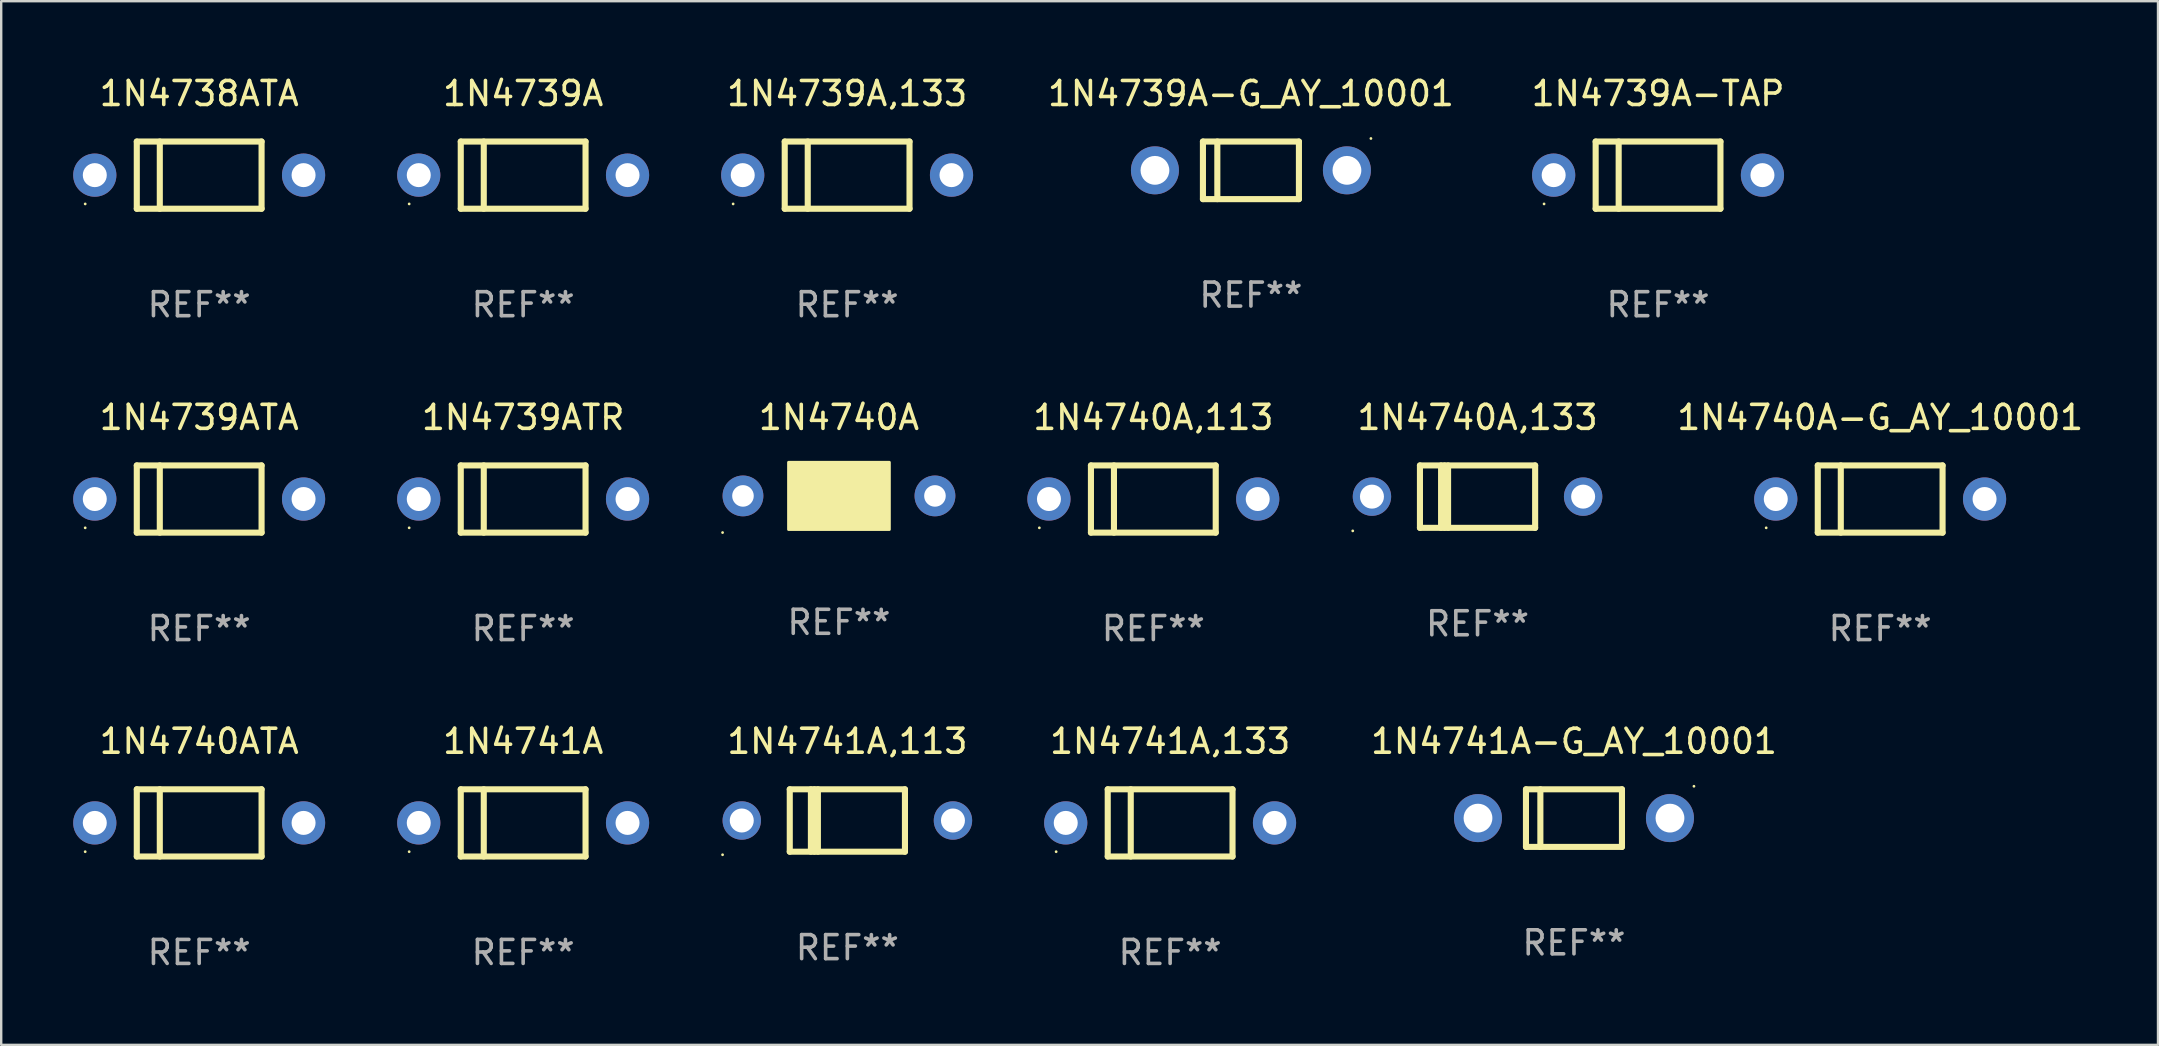
<source format=kicad_pcb>
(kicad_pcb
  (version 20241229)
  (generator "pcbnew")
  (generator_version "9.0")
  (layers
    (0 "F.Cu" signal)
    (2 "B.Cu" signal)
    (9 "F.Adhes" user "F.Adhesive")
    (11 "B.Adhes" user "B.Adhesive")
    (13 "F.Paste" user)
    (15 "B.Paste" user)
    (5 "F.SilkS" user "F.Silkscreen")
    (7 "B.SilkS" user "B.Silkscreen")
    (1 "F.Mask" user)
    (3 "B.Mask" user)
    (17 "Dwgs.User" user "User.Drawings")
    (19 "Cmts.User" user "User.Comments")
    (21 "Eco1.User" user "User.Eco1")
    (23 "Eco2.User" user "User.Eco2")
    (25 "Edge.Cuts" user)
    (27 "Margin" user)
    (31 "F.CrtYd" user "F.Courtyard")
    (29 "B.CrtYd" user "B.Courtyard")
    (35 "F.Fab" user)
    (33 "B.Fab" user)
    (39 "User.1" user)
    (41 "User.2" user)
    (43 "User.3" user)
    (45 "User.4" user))
  (footprint "1N4741A"
    (layer "F.Cu")
    (at 18.75 31.241)
    (property "Reference" "1N4741A" (at 0 -3.4 0) (layer "F.SilkS") (effects (font (size 1 1) (thickness 0.15))))
    (attr through_hole)
    (fp_line (start -2.6 -1.4) (end -2.6 1.4) (stroke (width 0.254) (type solid)) (layer "F.SilkS"))
    (fp_line (start -2.6 -1.4) (end 2.6 -1.4) (stroke (width 0.254) (type solid)) (layer "F.SilkS"))
    (fp_line (start -2.6 1.4) (end 2.6 1.4) (stroke (width 0.254) (type solid)) (layer "F.SilkS"))
    (fp_line (start -1.641 -1.4) (end -1.641 1.4) (stroke (width 0.254) (type solid)) (layer "F.SilkS"))
    (fp_line (start 2.6 -1.4) (end 2.6 1.4) (stroke (width 0.254) (type solid)) (layer "F.SilkS"))
    (fp_circle (center -4.75 1.2) (end -4.72 1.2) (stroke (width 0.06) (type solid)) (fill no) (layer "F.SilkS"))
    (fp_text user "REF**" (at 0 5.4 0) (layer "F.Fab") (effects (font (size 1 1) (thickness 0.15))))
    (pad "1" thru_hole circle (at -4.35 0) (size 1.8 1.8) (drill 1) (layers "*.Cu" "*.Mask"))
    (pad "2" thru_hole circle (at 4.35 0) (size 1.8 1.8) (drill 1) (layers "*.Cu" "*.Mask")))
  (footprint "1N4739A,133"
    (layer "F.Cu")
    (at 32.25 4.248)
    (property "Reference" "1N4739A,133" (at 0 -3.4 0) (layer "F.SilkS") (effects (font (size 1 1) (thickness 0.15))))
    (attr through_hole)
    (fp_line (start -2.6 -1.4) (end -2.6 1.4) (stroke (width 0.254) (type solid)) (layer "F.SilkS"))
    (fp_line (start -2.6 -1.4) (end 2.6 -1.4) (stroke (width 0.254) (type solid)) (layer "F.SilkS"))
    (fp_line (start -2.6 1.4) (end 2.6 1.4) (stroke (width 0.254) (type solid)) (layer "F.SilkS"))
    (fp_line (start -1.641 -1.4) (end -1.641 1.4) (stroke (width 0.254) (type solid)) (layer "F.SilkS"))
    (fp_line (start 2.6 -1.4) (end 2.6 1.4) (stroke (width 0.254) (type solid)) (layer "F.SilkS"))
    (fp_circle (center -4.75 1.2) (end -4.72 1.2) (stroke (width 0.06) (type solid)) (fill no) (layer "F.SilkS"))
    (fp_text user "REF**" (at 0 5.4 0) (layer "F.Fab") (effects (font (size 1 1) (thickness 0.15))))
    (pad "1" thru_hole circle (at -4.35 0) (size 1.8 1.8) (drill 1) (layers "*.Cu" "*.Mask"))
    (pad "2" thru_hole circle (at 4.35 0) (size 1.8 1.8) (drill 1) (layers "*.Cu" "*.Mask")))
  (footprint "1N4740A"
    (layer "F.Cu")
    (at 31.91 17.615)
    (property "Reference" "1N4740A" (at 0 -3.27 0) (layer "F.SilkS") (effects (font (size 1 1) (thickness 0.15))))
    (attr through_hole)
    (fp_line (start 1.27 -1.27) (end 1.27 1.27) (stroke (width 0.229) (type solid)) (layer "F.SilkS"))
    (fp_circle (center -4.85 1.527) (end -4.82 1.527) (stroke (width 0.06) (type solid)) (fill no) (layer "F.SilkS"))
    (fp_poly (pts (xy -2.1 -1.4) (xy 2.1 -1.4) (xy 2.1 1.4) (xy -2.1 1.4)) (stroke (width 0.12) (type solid)) (fill yes) (layer "F.SilkS"))
    (fp_text user "REF**" (at 0 5.27 0) (layer "F.Fab") (effects (font (size 1 1) (thickness 0.15))))
    (pad "1" thru_hole circle (at -4 0) (size 1.7 1.7) (drill 0.9) (layers "*.Cu" "*.Mask"))
    (pad "2" thru_hole circle (at 4 0) (size 1.7 1.7) (drill 0.9) (layers "*.Cu" "*.Mask")))
  (footprint "1N4740A,133"
    (layer "F.Cu")
    (at 58.52 17.645)
    (property "Reference" "1N4740A,133" (at 0 -3.3 0) (layer "F.SilkS") (effects (font (size 1 1) (thickness 0.15))))
    (attr through_hole)
    (fp_line (start -2.4 -1.3) (end -2.4 1.3) (stroke (width 0.254) (type solid)) (layer "F.SilkS"))
    (fp_line (start -2.4 -1.3) (end 2.4 -1.3) (stroke (width 0.254) (type solid)) (layer "F.SilkS"))
    (fp_line (start -2.4 1.3) (end 2.4 1.3) (stroke (width 0.254) (type solid)) (layer "F.SilkS"))
    (fp_line (start -1.519 -1.3) (end -1.519 1.3) (stroke (width 0.254) (type solid)) (layer "F.SilkS"))
    (fp_line (start -1.374 -1.3) (end -1.374 1.3) (stroke (width 0.254) (type solid)) (layer "F.SilkS"))
    (fp_line (start -1.228 -1.3) (end -1.228 1.3) (stroke (width 0.254) (type solid)) (layer "F.SilkS"))
    (fp_line (start 2.4 -1.3) (end 2.4 1.3) (stroke (width 0.254) (type solid)) (layer "F.SilkS"))
    (fp_circle (center -5.2 1.427) (end -5.17 1.427) (stroke (width 0.06) (type solid)) (fill no) (layer "F.SilkS"))
    (fp_text user "REF**" (at 0 5.3 0) (layer "F.Fab") (effects (font (size 1 1) (thickness 0.15))))
    (pad "1" thru_hole circle (at -4.4 0.000013) (size 1.6 1.6) (drill 1) (layers "*.Cu" "*.Mask"))
    (pad "2" thru_hole circle (at 4.4 0.000013) (size 1.6 1.6) (drill 1) (layers "*.Cu" "*.Mask")))
  (footprint "1N4739ATR"
    (layer "F.Cu")
    (at 18.75 17.745)
    (property "Reference" "1N4739ATR" (at 0 -3.4 0) (layer "F.SilkS") (effects (font (size 1 1) (thickness 0.15))))
    (attr through_hole)
    (fp_line (start -2.6 -1.4) (end -2.6 1.4) (stroke (width 0.254) (type solid)) (layer "F.SilkS"))
    (fp_line (start -2.6 -1.4) (end 2.6 -1.4) (stroke (width 0.254) (type solid)) (layer "F.SilkS"))
    (fp_line (start -2.6 1.4) (end 2.6 1.4) (stroke (width 0.254) (type solid)) (layer "F.SilkS"))
    (fp_line (start -1.641 -1.4) (end -1.641 1.4) (stroke (width 0.254) (type solid)) (layer "F.SilkS"))
    (fp_line (start 2.6 -1.4) (end 2.6 1.4) (stroke (width 0.254) (type solid)) (layer "F.SilkS"))
    (fp_circle (center -4.75 1.2) (end -4.72 1.2) (stroke (width 0.06) (type solid)) (fill no) (layer "F.SilkS"))
    (fp_text user "REF**" (at 0 5.4 0) (layer "F.Fab") (effects (font (size 1 1) (thickness 0.15))))
    (pad "1" thru_hole circle (at -4.35 0) (size 1.8 1.8) (drill 1) (layers "*.Cu" "*.Mask"))
    (pad "2" thru_hole circle (at 4.35 0) (size 1.8 1.8) (drill 1) (layers "*.Cu" "*.Mask")))
  (footprint "1N4738ATA"
    (layer "F.Cu")
    (at 5.25 4.248)
    (property "Reference" "1N4738ATA" (at 0 -3.4 0) (layer "F.SilkS") (effects (font (size 1 1) (thickness 0.15))))
    (attr through_hole)
    (fp_line (start -2.6 -1.4) (end -2.6 1.4) (stroke (width 0.254) (type solid)) (layer "F.SilkS"))
    (fp_line (start -2.6 -1.4) (end 2.6 -1.4) (stroke (width 0.254) (type solid)) (layer "F.SilkS"))
    (fp_line (start -2.6 1.4) (end 2.6 1.4) (stroke (width 0.254) (type solid)) (layer "F.SilkS"))
    (fp_line (start -1.641 -1.4) (end -1.641 1.4) (stroke (width 0.254) (type solid)) (layer "F.SilkS"))
    (fp_line (start 2.6 -1.4) (end 2.6 1.4) (stroke (width 0.254) (type solid)) (layer "F.SilkS"))
    (fp_circle (center -4.75 1.2) (end -4.72 1.2) (stroke (width 0.06) (type solid)) (fill no) (layer "F.SilkS"))
    (fp_text user "REF**" (at 0 5.4 0) (layer "F.Fab") (effects (font (size 1 1) (thickness 0.15))))
    (pad "1" thru_hole circle (at -4.35 0) (size 1.8 1.8) (drill 1) (layers "*.Cu" "*.Mask"))
    (pad "2" thru_hole circle (at 4.35 0) (size 1.8 1.8) (drill 1) (layers "*.Cu" "*.Mask")))
  (footprint "1N4739A-G_AY_10001"
    (layer "F.Cu")
    (at 49.077 4.048)
    (property "Reference" "1N4739A-G_AY_10001" (at 0 -3.2 0) (layer "F.SilkS") (effects (font (size 1 1) (thickness 0.15))))
    (attr through_hole)
    (fp_line (start -2 -1.2) (end 2 -1.2) (stroke (width 0.254) (type solid)) (layer "F.SilkS"))
    (fp_line (start -2 1.2) (end -2 -1.2) (stroke (width 0.254) (type solid)) (layer "F.SilkS"))
    (fp_line (start -1.4 -1.2) (end -1.4 1.2) (stroke (width 0.254) (type solid)) (layer "F.SilkS"))
    (fp_line (start 2 -1.2) (end 2 1.2) (stroke (width 0.254) (type solid)) (layer "F.SilkS"))
    (fp_line (start 2 1.2) (end -2 1.2) (stroke (width 0.254) (type solid)) (layer "F.SilkS"))
    (fp_circle (center 5 -1.327) (end 5.03 -1.327) (stroke (width 0.06) (type solid)) (fill no) (layer "F.SilkS"))
    (fp_text user "REF**" (at 0 5.2 0) (layer "F.Fab") (effects (font (size 1 1) (thickness 0.15))))
    (pad "1" thru_hole circle (at -4 0) (size 2 2) (drill 1.2) (layers "*.Cu" "*.Mask"))
    (pad "2" thru_hole circle (at 4 0) (size 2 2) (drill 1.2) (layers "*.Cu" "*.Mask")))
  (footprint "1N4741A,133"
    (layer "F.Cu")
    (at 45.71 31.241)
    (property "Reference" "1N4741A,133" (at 0 -3.4 0) (layer "F.SilkS") (effects (font (size 1 1) (thickness 0.15))))
    (attr through_hole)
    (fp_line (start -2.6 -1.4) (end -2.6 1.4) (stroke (width 0.254) (type solid)) (layer "F.SilkS"))
    (fp_line (start -2.6 -1.4) (end 2.6 -1.4) (stroke (width 0.254) (type solid)) (layer "F.SilkS"))
    (fp_line (start -2.6 1.4) (end 2.6 1.4) (stroke (width 0.254) (type solid)) (layer "F.SilkS"))
    (fp_line (start -1.641 -1.4) (end -1.641 1.4) (stroke (width 0.254) (type solid)) (layer "F.SilkS"))
    (fp_line (start 2.6 -1.4) (end 2.6 1.4) (stroke (width 0.254) (type solid)) (layer "F.SilkS"))
    (fp_circle (center -4.75 1.2) (end -4.72 1.2) (stroke (width 0.06) (type solid)) (fill no) (layer "F.SilkS"))
    (fp_text user "REF**" (at 0 5.4 0) (layer "F.Fab") (effects (font (size 1 1) (thickness 0.15))))
    (pad "1" thru_hole circle (at -4.35 0) (size 1.8 1.8) (drill 1) (layers "*.Cu" "*.Mask"))
    (pad "2" thru_hole circle (at 4.35 0) (size 1.8 1.8) (drill 1) (layers "*.Cu" "*.Mask")))
  (footprint "1N4739A"
    (layer "F.Cu")
    (at 18.75 4.248)
    (property "Reference" "1N4739A" (at 0 -3.4 0) (layer "F.SilkS") (effects (font (size 1 1) (thickness 0.15))))
    (attr through_hole)
    (fp_line (start -2.6 -1.4) (end -2.6 1.4) (stroke (width 0.254) (type solid)) (layer "F.SilkS"))
    (fp_line (start -2.6 -1.4) (end 2.6 -1.4) (stroke (width 0.254) (type solid)) (layer "F.SilkS"))
    (fp_line (start -2.6 1.4) (end 2.6 1.4) (stroke (width 0.254) (type solid)) (layer "F.SilkS"))
    (fp_line (start -1.641 -1.4) (end -1.641 1.4) (stroke (width 0.254) (type solid)) (layer "F.SilkS"))
    (fp_line (start 2.6 -1.4) (end 2.6 1.4) (stroke (width 0.254) (type solid)) (layer "F.SilkS"))
    (fp_circle (center -4.75 1.2) (end -4.72 1.2) (stroke (width 0.06) (type solid)) (fill no) (layer "F.SilkS"))
    (fp_text user "REF**" (at 0 5.4 0) (layer "F.Fab") (effects (font (size 1 1) (thickness 0.15))))
    (pad "1" thru_hole circle (at -4.35 0) (size 1.8 1.8) (drill 1) (layers "*.Cu" "*.Mask"))
    (pad "2" thru_hole circle (at 4.35 0) (size 1.8 1.8) (drill 1) (layers "*.Cu" "*.Mask")))
  (footprint "1N4740A,113"
    (layer "F.Cu")
    (at 45.01 17.745)
    (property "Reference" "1N4740A,113" (at 0 -3.4 0) (layer "F.SilkS") (effects (font (size 1 1) (thickness 0.15))))
    (attr through_hole)
    (fp_line (start -2.6 -1.4) (end -2.6 1.4) (stroke (width 0.254) (type solid)) (layer "F.SilkS"))
    (fp_line (start -2.6 -1.4) (end 2.6 -1.4) (stroke (width 0.254) (type solid)) (layer "F.SilkS"))
    (fp_line (start -2.6 1.4) (end 2.6 1.4) (stroke (width 0.254) (type solid)) (layer "F.SilkS"))
    (fp_line (start -1.641 -1.4) (end -1.641 1.4) (stroke (width 0.254) (type solid)) (layer "F.SilkS"))
    (fp_line (start 2.6 -1.4) (end 2.6 1.4) (stroke (width 0.254) (type solid)) (layer "F.SilkS"))
    (fp_circle (center -4.75 1.2) (end -4.72 1.2) (stroke (width 0.06) (type solid)) (fill no) (layer "F.SilkS"))
    (fp_text user "REF**" (at 0 5.4 0) (layer "F.Fab") (effects (font (size 1 1) (thickness 0.15))))
    (pad "1" thru_hole circle (at -4.35 0) (size 1.8 1.8) (drill 1) (layers "*.Cu" "*.Mask"))
    (pad "2" thru_hole circle (at 4.35 0) (size 1.8 1.8) (drill 1) (layers "*.Cu" "*.Mask")))
  (footprint "1N4740A-G_AY_10001"
    (layer "F.Cu")
    (at 75.298 17.745)
    (property "Reference" "1N4740A-G_AY_10001" (at 0 -3.4 0) (layer "F.SilkS") (effects (font (size 1 1) (thickness 0.15))))
    (attr through_hole)
    (fp_line (start -2.6 -1.4) (end -2.6 1.4) (stroke (width 0.254) (type solid)) (layer "F.SilkS"))
    (fp_line (start -2.6 -1.4) (end 2.6 -1.4) (stroke (width 0.254) (type solid)) (layer "F.SilkS"))
    (fp_line (start -2.6 1.4) (end 2.6 1.4) (stroke (width 0.254) (type solid)) (layer "F.SilkS"))
    (fp_line (start -1.641 -1.4) (end -1.641 1.4) (stroke (width 0.254) (type solid)) (layer "F.SilkS"))
    (fp_line (start 2.6 -1.4) (end 2.6 1.4) (stroke (width 0.254) (type solid)) (layer "F.SilkS"))
    (fp_circle (center -4.75 1.2) (end -4.72 1.2) (stroke (width 0.06) (type solid)) (fill no) (layer "F.SilkS"))
    (fp_text user "REF**" (at 0 5.4 0) (layer "F.Fab") (effects (font (size 1 1) (thickness 0.15))))
    (pad "1" thru_hole circle (at -4.35 0) (size 1.8 1.8) (drill 1) (layers "*.Cu" "*.Mask"))
    (pad "2" thru_hole circle (at 4.35 0) (size 1.8 1.8) (drill 1) (layers "*.Cu" "*.Mask")))
  (footprint "1N4741A,113"
    (layer "F.Cu")
    (at 32.26 31.141)
    (property "Reference" "1N4741A,113" (at 0 -3.3 0) (layer "F.SilkS") (effects (font (size 1 1) (thickness 0.15))))
    (attr through_hole)
    (fp_line (start -2.4 -1.3) (end -2.4 1.3) (stroke (width 0.254) (type solid)) (layer "F.SilkS"))
    (fp_line (start -2.4 -1.3) (end 2.4 -1.3) (stroke (width 0.254) (type solid)) (layer "F.SilkS"))
    (fp_line (start -2.4 1.3) (end 2.4 1.3) (stroke (width 0.254) (type solid)) (layer "F.SilkS"))
    (fp_line (start -1.519 -1.3) (end -1.519 1.3) (stroke (width 0.254) (type solid)) (layer "F.SilkS"))
    (fp_line (start -1.374 -1.3) (end -1.374 1.3) (stroke (width 0.254) (type solid)) (layer "F.SilkS"))
    (fp_line (start -1.228 -1.3) (end -1.228 1.3) (stroke (width 0.254) (type solid)) (layer "F.SilkS"))
    (fp_line (start 2.4 -1.3) (end 2.4 1.3) (stroke (width 0.254) (type solid)) (layer "F.SilkS"))
    (fp_circle (center -5.2 1.427) (end -5.17 1.427) (stroke (width 0.06) (type solid)) (fill no) (layer "F.SilkS"))
    (fp_text user "REF**" (at 0 5.3 0) (layer "F.Fab") (effects (font (size 1 1) (thickness 0.15))))
    (pad "1" thru_hole circle (at -4.4 0.000013) (size 1.6 1.6) (drill 1) (layers "*.Cu" "*.Mask"))
    (pad "2" thru_hole circle (at 4.4 0.000013) (size 1.6 1.6) (drill 1) (layers "*.Cu" "*.Mask")))
  (footprint "1N4739ATA"
    (layer "F.Cu")
    (at 5.25 17.745)
    (property "Reference" "1N4739ATA" (at 0 -3.4 0) (layer "F.SilkS") (effects (font (size 1 1) (thickness 0.15))))
    (attr through_hole)
    (fp_line (start -2.6 -1.4) (end -2.6 1.4) (stroke (width 0.254) (type solid)) (layer "F.SilkS"))
    (fp_line (start -2.6 -1.4) (end 2.6 -1.4) (stroke (width 0.254) (type solid)) (layer "F.SilkS"))
    (fp_line (start -2.6 1.4) (end 2.6 1.4) (stroke (width 0.254) (type solid)) (layer "F.SilkS"))
    (fp_line (start -1.641 -1.4) (end -1.641 1.4) (stroke (width 0.254) (type solid)) (layer "F.SilkS"))
    (fp_line (start 2.6 -1.4) (end 2.6 1.4) (stroke (width 0.254) (type solid)) (layer "F.SilkS"))
    (fp_circle (center -4.75 1.2) (end -4.72 1.2) (stroke (width 0.06) (type solid)) (fill no) (layer "F.SilkS"))
    (fp_text user "REF**" (at 0 5.4 0) (layer "F.Fab") (effects (font (size 1 1) (thickness 0.15))))
    (pad "1" thru_hole circle (at -4.35 0) (size 1.8 1.8) (drill 1) (layers "*.Cu" "*.Mask"))
    (pad "2" thru_hole circle (at 4.35 0) (size 1.8 1.8) (drill 1) (layers "*.Cu" "*.Mask")))
  (footprint "1N4741A-G_AY_10001"
    (layer "F.Cu")
    (at 62.538 31.041)
    (property "Reference" "1N4741A-G_AY_10001" (at 0 -3.2 0) (layer "F.SilkS") (effects (font (size 1 1) (thickness 0.15))))
    (attr through_hole)
    (fp_line (start -2 -1.2) (end 2 -1.2) (stroke (width 0.254) (type solid)) (layer "F.SilkS"))
    (fp_line (start -2 1.2) (end -2 -1.2) (stroke (width 0.254) (type solid)) (layer "F.SilkS"))
    (fp_line (start -1.4 -1.2) (end -1.4 1.2) (stroke (width 0.254) (type solid)) (layer "F.SilkS"))
    (fp_line (start 2 -1.2) (end 2 1.2) (stroke (width 0.254) (type solid)) (layer "F.SilkS"))
    (fp_line (start 2 1.2) (end -2 1.2) (stroke (width 0.254) (type solid)) (layer "F.SilkS"))
    (fp_circle (center 5 -1.327) (end 5.03 -1.327) (stroke (width 0.06) (type solid)) (fill no) (layer "F.SilkS"))
    (fp_text user "REF**" (at 0 5.2 0) (layer "F.Fab") (effects (font (size 1 1) (thickness 0.15))))
    (pad "1" thru_hole circle (at -4 0) (size 2 2) (drill 1.2) (layers "*.Cu" "*.Mask"))
    (pad "2" thru_hole circle (at 4 0) (size 2 2) (drill 1.2) (layers "*.Cu" "*.Mask")))
  (footprint "1N4739A-TAP"
    (layer "F.Cu")
    (at 66.042 4.248)
    (property "Reference" "1N4739A-TAP" (at 0 -3.4 0) (layer "F.SilkS") (effects (font (size 1 1) (thickness 0.15))))
    (attr through_hole)
    (fp_line (start -2.6 -1.4) (end -2.6 1.4) (stroke (width 0.254) (type solid)) (layer "F.SilkS"))
    (fp_line (start -2.6 -1.4) (end 2.6 -1.4) (stroke (width 0.254) (type solid)) (layer "F.SilkS"))
    (fp_line (start -2.6 1.4) (end 2.6 1.4) (stroke (width 0.254) (type solid)) (layer "F.SilkS"))
    (fp_line (start -1.641 -1.4) (end -1.641 1.4) (stroke (width 0.254) (type solid)) (layer "F.SilkS"))
    (fp_line (start 2.6 -1.4) (end 2.6 1.4) (stroke (width 0.254) (type solid)) (layer "F.SilkS"))
    (fp_circle (center -4.75 1.2) (end -4.72 1.2) (stroke (width 0.06) (type solid)) (fill no) (layer "F.SilkS"))
    (fp_text user "REF**" (at 0 5.4 0) (layer "F.Fab") (effects (font (size 1 1) (thickness 0.15))))
    (pad "1" thru_hole circle (at -4.35 0) (size 1.8 1.8) (drill 1) (layers "*.Cu" "*.Mask"))
    (pad "2" thru_hole circle (at 4.35 0) (size 1.8 1.8) (drill 1) (layers "*.Cu" "*.Mask")))
  (footprint "1N4740ATA"
    (layer "F.Cu")
    (at 5.25 31.241)
    (property "Reference" "1N4740ATA" (at 0 -3.4 0) (layer "F.SilkS") (effects (font (size 1 1) (thickness 0.15))))
    (attr through_hole)
    (fp_line (start -2.6 -1.4) (end -2.6 1.4) (stroke (width 0.254) (type solid)) (layer "F.SilkS"))
    (fp_line (start -2.6 -1.4) (end 2.6 -1.4) (stroke (width 0.254) (type solid)) (layer "F.SilkS"))
    (fp_line (start -2.6 1.4) (end 2.6 1.4) (stroke (width 0.254) (type solid)) (layer "F.SilkS"))
    (fp_line (start -1.641 -1.4) (end -1.641 1.4) (stroke (width 0.254) (type solid)) (layer "F.SilkS"))
    (fp_line (start 2.6 -1.4) (end 2.6 1.4) (stroke (width 0.254) (type solid)) (layer "F.SilkS"))
    (fp_circle (center -4.75 1.2) (end -4.72 1.2) (stroke (width 0.06) (type solid)) (fill no) (layer "F.SilkS"))
    (fp_text user "REF**" (at 0 5.4 0) (layer "F.Fab") (effects (font (size 1 1) (thickness 0.15))))
    (pad "1" thru_hole circle (at -4.35 0) (size 1.8 1.8) (drill 1) (layers "*.Cu" "*.Mask"))
    (pad "2" thru_hole circle (at 4.35 0) (size 1.8 1.8) (drill 1) (layers "*.Cu" "*.Mask")))
  (gr_rect
    (start -3 -3)
    (end 86.875 40.489)
    (stroke (width 0.1) (type default))
    (fill no)
    (layer "Edge.Cuts")))
</source>
